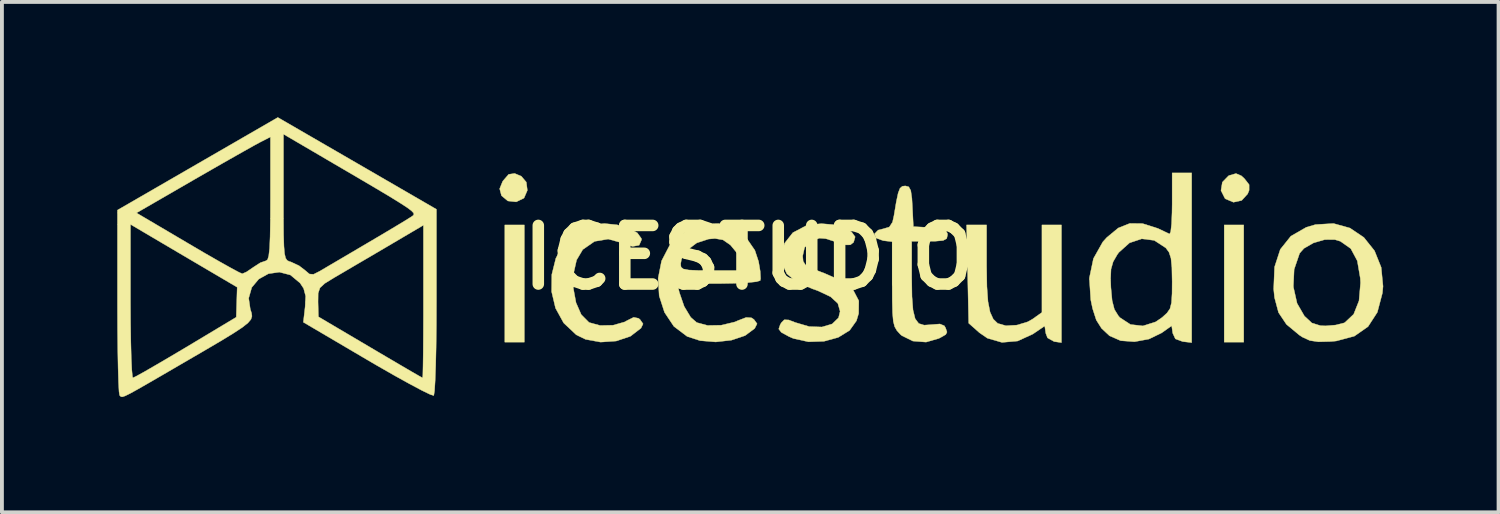
<source format=kicad_pcb>
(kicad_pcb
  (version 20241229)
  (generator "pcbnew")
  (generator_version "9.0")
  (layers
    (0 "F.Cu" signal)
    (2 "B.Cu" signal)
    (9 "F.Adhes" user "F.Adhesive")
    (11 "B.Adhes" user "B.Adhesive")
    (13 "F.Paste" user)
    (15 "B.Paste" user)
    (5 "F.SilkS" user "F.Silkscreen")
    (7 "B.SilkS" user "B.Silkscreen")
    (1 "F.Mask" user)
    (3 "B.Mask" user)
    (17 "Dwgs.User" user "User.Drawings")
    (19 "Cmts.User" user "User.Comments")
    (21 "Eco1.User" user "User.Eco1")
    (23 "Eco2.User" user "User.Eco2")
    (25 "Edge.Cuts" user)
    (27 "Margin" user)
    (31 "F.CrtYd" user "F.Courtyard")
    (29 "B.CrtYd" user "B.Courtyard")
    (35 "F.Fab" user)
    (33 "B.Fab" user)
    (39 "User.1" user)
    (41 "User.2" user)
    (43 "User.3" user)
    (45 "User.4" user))
  (footprint "ICESTUDIO"
    (layer "F.Cu")
    (at 16.43 3.648)
    (property "Reference" "ICESTUDIO" (at 0 0 0) (layer "F.SilkS") (effects (font (size 1.524 1.524) (thickness 0.3))))
    (attr through_hole)
    (fp_poly (pts (xy -5.842 2.201) (xy -6.35 2.201) (xy -6.35 -0.847) (xy -5.842 -0.847) (xy -5.842 2.201)) (stroke (width 0.01) (type solid)) (fill yes) (layer "F.SilkS"))
    (fp_poly (pts (xy 12.869 2.201) (xy 12.361 2.201) (xy 12.361 -0.847) (xy 12.869 -0.847) (xy 12.869 2.201)) (stroke (width 0.01) (type solid)) (fill yes) (layer "F.SilkS"))
    (fp_poly (pts (xy -5.921 -2.114) (xy -5.791 -1.961) (xy -5.764 -1.747) (xy -5.848 -1.552) (xy -5.859 -1.541) (xy -6.054 -1.447) (xy -6.271 -1.471) (xy -6.433 -1.606) (xy -6.438 -1.614) (xy -6.484 -1.789) (xy -6.408 -1.977) (xy -6.396 -1.995) (xy -6.251 -2.163) (xy -6.094 -2.187) (xy -5.921 -2.114)) (stroke (width 0.01) (type solid)) (fill yes) (layer "F.SilkS"))
    (fp_poly (pts (xy 12.808 -2.125) (xy 12.888 -2.051) (xy 13.009 -1.896) (xy 13.009 -1.749) (xy 12.971 -1.655) (xy 12.816 -1.485) (xy 12.602 -1.438) (xy 12.395 -1.525) (xy 12.378 -1.541) (xy 12.277 -1.743) (xy 12.313 -1.96) (xy 12.471 -2.123) (xy 12.492 -2.134) (xy 12.668 -2.185) (xy 12.808 -2.125)) (stroke (width 0.01) (type solid)) (fill yes) (layer "F.SilkS"))
    (fp_poly (pts (xy 6.181 0.217) (xy 6.189 0.753) (xy 6.217 1.145) (xy 6.271 1.419) (xy 6.354 1.601) (xy 6.469 1.713) (xy 6.683 1.774) (xy 6.969 1.758) (xy 7.252 1.672) (xy 7.374 1.603) (xy 7.62 1.428) (xy 7.62 -0.847) (xy 8.128 -0.847) (xy 8.128 2.213) (xy 7.938 2.186) (xy 7.766 2.09) (xy 7.72 1.969) (xy 7.693 1.78) (xy 7.383 1.991) (xy 6.988 2.172) (xy 6.581 2.208) (xy 6.201 2.098) (xy 5.992 1.954) (xy 5.715 1.708) (xy 5.688 0.43) (xy 5.66 -0.847) (xy 6.181 -0.847) (xy 6.181 0.217)) (stroke (width 0.01) (type solid)) (fill yes) (layer "F.SilkS"))
    (fp_poly (pts (xy -3.428 -0.85) (xy -3.128 -0.766) (xy -2.904 -0.642) (xy -2.797 -0.493) (xy -2.794 -0.461) (xy -2.856 -0.32) (xy -3.026 -0.288) (xy -3.277 -0.368) (xy -3.305 -0.382) (xy -3.662 -0.48) (xy -4.015 -0.42) (xy -4.32 -0.209) (xy -4.322 -0.208) (xy -4.483 0.064) (xy -4.563 0.417) (xy -4.567 0.803) (xy -4.498 1.175) (xy -4.362 1.485) (xy -4.162 1.686) (xy -4.153 1.691) (xy -3.872 1.768) (xy -3.535 1.761) (xy -3.234 1.676) (xy -3.172 1.641) (xy -2.998 1.555) (xy -2.873 1.581) (xy -2.835 1.61) (xy -2.754 1.725) (xy -2.808 1.837) (xy -3.084 2.049) (xy -3.453 2.172) (xy -3.86 2.2) (xy -4.251 2.128) (xy -4.491 2.011) (xy -4.819 1.702) (xy -5.031 1.317) (xy -5.133 0.887) (xy -5.128 0.443) (xy -5.022 0.018) (xy -4.819 -0.359) (xy -4.524 -0.654) (xy -4.14 -0.838) (xy -4.083 -0.852) (xy -3.76 -0.884) (xy -3.428 -0.85)) (stroke (width 0.01) (type solid)) (fill yes) (layer "F.SilkS"))
    (fp_poly (pts (xy 15.63 -0.767) (xy 15.993 -0.523) (xy 16.271 -0.175) (xy 16.444 0.256) (xy 16.492 0.749) (xy 16.476 0.923) (xy 16.344 1.424) (xy 16.102 1.797) (xy 15.747 2.045) (xy 15.275 2.171) (xy 15.133 2.184) (xy 14.811 2.192) (xy 14.589 2.159) (xy 14.399 2.072) (xy 14.316 2.018) (xy 13.98 1.739) (xy 13.774 1.431) (xy 13.67 1.042) (xy 13.647 0.815) (xy 13.65 0.76) (xy 14.159 0.76) (xy 14.256 1.191) (xy 14.447 1.522) (xy 14.641 1.703) (xy 14.863 1.772) (xy 14.999 1.778) (xy 15.261 1.756) (xy 15.472 1.703) (xy 15.499 1.691) (xy 15.729 1.474) (xy 15.867 1.126) (xy 15.907 0.662) (xy 15.901 0.54) (xy 15.823 0.086) (xy 15.653 -0.232) (xy 15.383 -0.422) (xy 15.238 -0.466) (xy 14.974 -0.465) (xy 14.683 -0.38) (xy 14.437 -0.239) (xy 14.323 -0.111) (xy 14.18 0.308) (xy 14.159 0.76) (xy 13.65 0.76) (xy 13.671 0.245) (xy 13.82 -0.212) (xy 14.095 -0.556) (xy 14.495 -0.786) (xy 14.736 -0.857) (xy 15.205 -0.885) (xy 15.63 -0.767)) (stroke (width 0.01) (type solid)) (fill yes) (layer "F.SilkS"))
    (fp_poly (pts (xy 4.156 -1.839) (xy 4.209 -1.743) (xy 4.238 -1.539) (xy 4.25 -1.333) (xy 4.276 -0.804) (xy 4.72 -0.779) (xy 4.984 -0.754) (xy 5.118 -0.708) (xy 5.163 -0.623) (xy 5.165 -0.588) (xy 5.143 -0.493) (xy 5.052 -0.443) (xy 4.852 -0.425) (xy 4.699 -0.423) (xy 4.233 -0.423) (xy 4.233 0.514) (xy 4.24 1.013) (xy 4.267 1.365) (xy 4.323 1.592) (xy 4.416 1.716) (xy 4.557 1.759) (xy 4.741 1.746) (xy 4.967 1.728) (xy 5.083 1.776) (xy 5.115 1.833) (xy 5.151 1.939) (xy 5.119 2.003) (xy 4.984 2.081) (xy 4.937 2.105) (xy 4.606 2.2) (xy 4.263 2.173) (xy 3.975 2.031) (xy 3.933 1.994) (xy 3.848 1.9) (xy 3.79 1.799) (xy 3.754 1.657) (xy 3.735 1.442) (xy 3.727 1.121) (xy 3.725 0.687) (xy 3.725 -0.412) (xy 3.493 -0.439) (xy 3.307 -0.506) (xy 3.263 -0.614) (xy 3.36 -0.713) (xy 3.49 -0.746) (xy 3.65 -0.793) (xy 3.734 -0.92) (xy 3.771 -1.085) (xy 3.832 -1.449) (xy 3.881 -1.678) (xy 3.929 -1.802) (xy 3.989 -1.853) (xy 4.067 -1.863) (xy 4.156 -1.839)) (stroke (width 0.01) (type solid)) (fill yes) (layer "F.SilkS"))
    (fp_poly (pts (xy 2.193 -0.855) (xy 2.465 -0.78) (xy 2.665 -0.67) (xy 2.762 -0.538) (xy 2.722 -0.396) (xy 2.638 -0.33) (xy 2.513 -0.329) (xy 2.295 -0.394) (xy 2.241 -0.413) (xy 1.996 -0.491) (xy 1.834 -0.504) (xy 1.684 -0.45) (xy 1.629 -0.42) (xy 1.447 -0.261) (xy 1.397 -0.04) (xy 1.41 0.097) (xy 1.472 0.194) (xy 1.62 0.28) (xy 1.887 0.382) (xy 1.947 0.403) (xy 2.41 0.608) (xy 2.711 0.845) (xy 2.857 1.125) (xy 2.853 1.455) (xy 2.796 1.645) (xy 2.617 1.896) (xy 2.321 2.078) (xy 1.951 2.179) (xy 1.549 2.192) (xy 1.157 2.106) (xy 1.037 2.054) (xy 0.841 1.946) (xy 0.775 1.859) (xy 0.813 1.746) (xy 0.844 1.694) (xy 0.919 1.619) (xy 1.035 1.624) (xy 1.203 1.689) (xy 1.567 1.796) (xy 1.898 1.807) (xy 2.164 1.728) (xy 2.33 1.567) (xy 2.371 1.4) (xy 2.312 1.194) (xy 2.123 1.02) (xy 1.787 0.862) (xy 1.656 0.816) (xy 1.245 0.639) (xy 0.985 0.424) (xy 0.862 0.156) (xy 0.847 -0.01) (xy 0.923 -0.367) (xy 1.141 -0.646) (xy 1.479 -0.824) (xy 1.567 -0.847) (xy 1.883 -0.881) (xy 2.193 -0.855)) (stroke (width 0.01) (type solid)) (fill yes) (layer "F.SilkS"))
    (fp_poly (pts (xy 11.515 2.213) (xy 11.282 2.186) (xy 11.091 2.116) (xy 11.022 1.967) (xy 10.995 1.775) (xy 10.733 1.961) (xy 10.403 2.121) (xy 10.028 2.19) (xy 9.668 2.163) (xy 9.382 2.038) (xy 9.376 2.034) (xy 9.171 1.843) (xy 9.034 1.626) (xy 8.938 1.329) (xy 8.89 1.1) (xy 8.855 0.563) (xy 9.406 0.563) (xy 9.414 0.779) (xy 9.446 1.121) (xy 9.505 1.35) (xy 9.61 1.519) (xy 9.648 1.562) (xy 9.923 1.742) (xy 10.247 1.779) (xy 10.58 1.673) (xy 10.746 1.559) (xy 10.873 1.443) (xy 10.951 1.331) (xy 10.99 1.176) (xy 11.005 0.934) (xy 11.007 0.627) (xy 11 0.259) (xy 10.976 0.018) (xy 10.925 -0.138) (xy 10.841 -0.251) (xy 10.839 -0.252) (xy 10.542 -0.446) (xy 10.217 -0.487) (xy 9.898 -0.381) (xy 9.62 -0.132) (xy 9.581 -0.078) (xy 9.472 0.11) (xy 9.417 0.303) (xy 9.406 0.563) (xy 8.855 0.563) (xy 8.853 0.537) (xy 8.96 0.027) (xy 9.203 -0.405) (xy 9.308 -0.522) (xy 9.606 -0.768) (xy 9.906 -0.887) (xy 10.238 -0.883) (xy 10.638 -0.756) (xy 10.943 -0.611) (xy 10.97 -0.675) (xy 10.992 -0.874) (xy 11.004 -1.172) (xy 11.007 -1.39) (xy 11.007 -2.201) (xy 11.515 -2.201) (xy 11.515 2.213)) (stroke (width 0.01) (type solid)) (fill yes) (layer "F.SilkS"))
    (fp_poly (pts (xy -0.409 -0.769) (xy -0.085 -0.534) (xy 0.154 -0.187) (xy 0.25 0.103) (xy 0.293 0.359) (xy 0.303 0.547) (xy 0.292 0.6) (xy 0.194 0.629) (xy -0.04 0.654) (xy -0.375 0.67) (xy -0.777 0.677) (xy -0.811 0.677) (xy -1.866 0.677) (xy -1.81 0.91) (xy -1.685 1.272) (xy -1.515 1.554) (xy -1.359 1.691) (xy -1.078 1.767) (xy -0.724 1.761) (xy -0.374 1.678) (xy -0.287 1.641) (xy -0.074 1.559) (xy 0.062 1.567) (xy 0.129 1.61) (xy 0.211 1.722) (xy 0.149 1.845) (xy -0.101 2.031) (xy -0.457 2.15) (xy -0.864 2.196) (xy -1.272 2.162) (xy -1.607 2.053) (xy -1.952 1.792) (xy -2.196 1.427) (xy -2.335 0.997) (xy -2.362 0.538) (xy -2.29 0.174) (xy -1.778 0.174) (xy -1.765 0.25) (xy -1.705 0.299) (xy -1.566 0.325) (xy -1.319 0.336) (xy -0.964 0.339) (xy -0.151 0.339) (xy -0.206 0.106) (xy -0.308 -0.114) (xy -0.479 -0.322) (xy -0.484 -0.327) (xy -0.675 -0.459) (xy -0.883 -0.495) (xy -1.052 -0.48) (xy -1.358 -0.38) (xy -1.607 -0.192) (xy -1.755 0.044) (xy -1.778 0.174) (xy -2.29 0.174) (xy -2.273 0.088) (xy -2.063 -0.317) (xy -1.962 -0.438) (xy -1.596 -0.726) (xy -1.195 -0.873) (xy -0.79 -0.884) (xy -0.409 -0.769)) (stroke (width 0.01) (type solid)) (fill yes) (layer "F.SilkS"))
    (fp_poly (pts (xy -10.191 -2.449) (xy -8.128 -1.254) (xy -8.128 1.146) (xy -8.13 1.766) (xy -8.137 2.331) (xy -8.148 2.816) (xy -8.162 3.202) (xy -8.178 3.466) (xy -8.197 3.586) (xy -8.2 3.59) (xy -8.29 3.562) (xy -8.505 3.458) (xy -8.821 3.29) (xy -9.218 3.07) (xy -9.674 2.809) (xy -9.931 2.659) (xy -11.59 1.683) (xy -11.544 1.286) (xy -11.537 1.144) (xy -11.208 1.144) (xy -11.208 1.157) (xy -11.198 1.541) (xy -9.853 2.335) (xy -9.427 2.586) (xy -9.054 2.805) (xy -8.758 2.978) (xy -8.561 3.091) (xy -8.488 3.131) (xy -8.482 3.051) (xy -8.477 2.825) (xy -8.472 2.476) (xy -8.469 2.028) (xy -8.467 1.504) (xy -8.467 1.146) (xy -8.467 -0.841) (xy -9.419 -0.28) (xy -9.824 -0.042) (xy -10.219 0.189) (xy -10.559 0.389) (xy -10.795 0.527) (xy -11.033 0.673) (xy -11.158 0.789) (xy -11.205 0.928) (xy -11.208 1.144) (xy -11.537 1.144) (xy -11.53 1.003) (xy -11.583 0.803) (xy -11.676 0.663) (xy -11.927 0.454) (xy -12.213 0.38) (xy -12.498 0.421) (xy -12.749 0.56) (xy -12.932 0.778) (xy -13.012 1.058) (xy -12.97 1.345) (xy -12.938 1.443) (xy -12.927 1.526) (xy -12.953 1.608) (xy -13.032 1.702) (xy -13.18 1.819) (xy -13.413 1.972) (xy -13.746 2.175) (xy -14.195 2.439) (xy -14.713 2.74) (xy -15.233 3.043) (xy -15.625 3.27) (xy -15.908 3.432) (xy -16.102 3.539) (xy -16.224 3.599) (xy -16.294 3.623) (xy -16.332 3.62) (xy -16.355 3.6) (xy -16.369 3.584) (xy -16.384 3.488) (xy -16.397 3.245) (xy -16.408 2.876) (xy -16.417 2.404) (xy -16.423 1.851) (xy -16.425 1.239) (xy -16.425 1.147) (xy -16.425 1.135) (xy -16.087 1.135) (xy -16.084 1.696) (xy -16.077 2.196) (xy -16.066 2.611) (xy -16.052 2.919) (xy -16.035 3.095) (xy -16.023 3.129) (xy -15.933 3.086) (xy -15.723 2.97) (xy -15.417 2.793) (xy -15.038 2.571) (xy -14.647 2.339) (xy -13.335 1.552) (xy -13.323 1.163) (xy -13.311 0.773) (xy -14.381 0.143) (xy -14.792 -0.099) (xy -15.177 -0.326) (xy -15.501 -0.517) (xy -15.726 -0.65) (xy -15.769 -0.675) (xy -16.087 -0.863) (xy -16.087 1.135) (xy -16.425 1.135) (xy -16.425 -1.16) (xy -15.93 -1.16) (xy -14.59 -0.37) (xy -14.161 -0.118) (xy -13.781 0.1) (xy -13.474 0.272) (xy -13.265 0.384) (xy -13.179 0.422) (xy -13.069 0.375) (xy -12.9 0.26) (xy -12.892 0.254) (xy -12.708 0.135) (xy -12.563 0.085) (xy -12.562 0.085) (xy -12.52 0.055) (xy -12.49 -0.045) (xy -12.468 -0.238) (xy -12.455 -0.541) (xy -12.448 -0.975) (xy -12.446 -1.526) (xy -12.446 -1.571) (xy -12.107 -1.571) (xy -12.107 -1.007) (xy -12.104 -0.59) (xy -12.095 -0.295) (xy -12.079 -0.102) (xy -12.052 0.014) (xy -12.012 0.074) (xy -11.956 0.103) (xy -11.913 0.115) (xy -11.702 0.213) (xy -11.554 0.326) (xy -11.432 0.429) (xy -11.325 0.437) (xy -11.159 0.353) (xy -11.134 0.338) (xy -10.965 0.238) (xy -10.687 0.075) (xy -10.337 -0.131) (xy -9.952 -0.358) (xy -9.906 -0.385) (xy -9.531 -0.606) (xy -9.198 -0.805) (xy -8.941 -0.96) (xy -8.792 -1.053) (xy -8.78 -1.061) (xy -8.738 -1.09) (xy -8.715 -1.119) (xy -8.723 -1.158) (xy -8.777 -1.215) (xy -8.89 -1.3) (xy -9.075 -1.42) (xy -9.345 -1.587) (xy -9.715 -1.807) (xy -10.197 -2.091) (xy -10.806 -2.447) (xy -11.155 -2.652) (xy -12.107 -3.209) (xy -12.107 -1.571) (xy -12.446 -1.571) (xy -12.446 -3.137) (xy -12.721 -2.996) (xy -12.879 -2.91) (xy -13.155 -2.755) (xy -13.523 -2.547) (xy -13.954 -2.301) (xy -14.42 -2.033) (xy -14.463 -2.008) (xy -15.93 -1.16) (xy -16.425 -1.16) (xy -16.425 -1.233) (xy -14.34 -2.438) (xy -12.254 -3.643) (xy -10.191 -2.449)) (stroke (width 0.01) (type solid)) (fill yes) (layer "F.SilkS")))
  (gr_rect
    (start -3 -3)
    (end 35.927 10.276)
    (stroke (width 0.1) (type default))
    (fill no)
    (layer "Edge.Cuts")))
</source>
